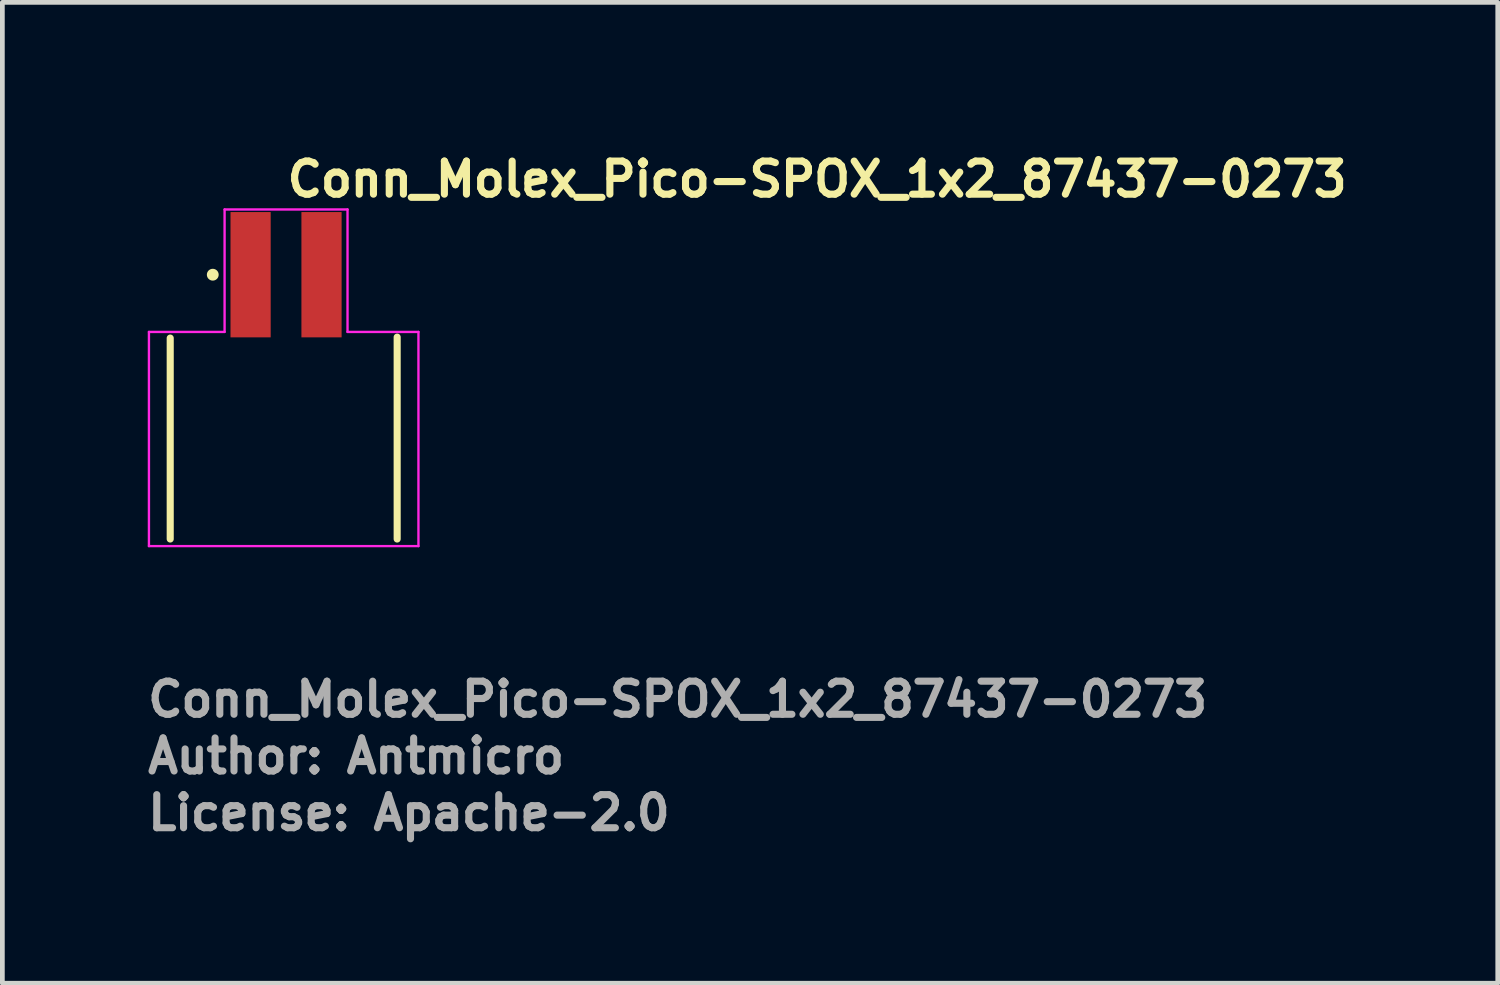
<source format=kicad_pcb>
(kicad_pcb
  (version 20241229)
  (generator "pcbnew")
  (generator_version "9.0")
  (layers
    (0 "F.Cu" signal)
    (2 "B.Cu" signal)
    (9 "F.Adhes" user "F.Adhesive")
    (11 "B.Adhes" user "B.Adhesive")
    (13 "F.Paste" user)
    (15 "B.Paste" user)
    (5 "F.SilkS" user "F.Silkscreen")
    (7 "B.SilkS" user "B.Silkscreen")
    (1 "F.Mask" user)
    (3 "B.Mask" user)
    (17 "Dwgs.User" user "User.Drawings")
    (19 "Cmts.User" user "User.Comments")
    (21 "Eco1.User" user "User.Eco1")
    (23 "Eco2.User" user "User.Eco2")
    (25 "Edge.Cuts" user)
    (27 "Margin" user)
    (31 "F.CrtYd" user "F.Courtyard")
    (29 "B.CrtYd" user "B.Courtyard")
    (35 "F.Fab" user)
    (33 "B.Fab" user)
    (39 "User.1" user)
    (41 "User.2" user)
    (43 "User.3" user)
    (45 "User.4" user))
  (footprint "Conn_Molex_Pico-SPOX_1x2_87437-0273"
    (layer "F.Cu")
    (at 2.95 5.85)
    (property "Reference" "Conn_Molex_Pico-SPOX_1x2_87437-0273" (at 0 -4.7 0) (layer "F.SilkS") (effects (font (size 0.7 0.7) (thickness 0.15)) (justify left bottom)))
    (attr smd)
    (fp_line (start -2.4 2.5) (end -2.4 -1.75) (stroke (width 0.15) (type solid)) (layer "F.SilkS"))
    (fp_line (start 2.4 2.5) (end 2.4 -1.77) (stroke (width 0.15) (type solid)) (layer "F.SilkS"))
    (fp_circle (center -1.5 -3.09) (end -1.5 -3.14) (stroke (width 0.15) (type solid)) (fill yes) (layer "F.SilkS"))
    (fp_line (start -2.85 -1.88) (end -2.85 2.65) (stroke (width 0.05) (type solid)) (layer "F.CrtYd"))
    (fp_line (start -2.85 2.65) (end 2.85 2.65) (stroke (width 0.05) (type solid)) (layer "F.CrtYd"))
    (fp_line (start -1.25 -4.47) (end -1.25 -1.88) (stroke (width 0.05) (type solid)) (layer "F.CrtYd"))
    (fp_line (start -1.25 -1.88) (end -2.85 -1.88) (stroke (width 0.05) (type solid)) (layer "F.CrtYd"))
    (fp_line (start 1.35 -4.47) (end -1.25 -4.47) (stroke (width 0.05) (type solid)) (layer "F.CrtYd"))
    (fp_line (start 1.35 -1.88) (end 1.35 -4.47) (stroke (width 0.05) (type solid)) (layer "F.CrtYd"))
    (fp_line (start 2.85 -1.88) (end 1.35 -1.88) (stroke (width 0.05) (type solid)) (layer "F.CrtYd"))
    (fp_line (start 2.85 2.65) (end 2.85 -1.88) (stroke (width 0.05) (type solid)) (layer "F.CrtYd"))
    (fp_rect (start -2.75 2.55) (end 2.75 -3.215) (stroke (width 0.1) (type solid)) (fill no) (layer "User.5"))
    (fp_line (start -2.75 2.55) (end -2.75 -1.785) (stroke (width 0.02) (type solid)) (layer "User.9"))
    (fp_line (start -0.95 -1.965) (end -0.95 -3.215) (stroke (width 0.02) (type solid)) (layer "User.9"))
    (fp_line (start -0.95 -1.785) (end -0.95 -1.965) (stroke (width 0.02) (type solid)) (layer "User.9"))
    (fp_line (start -0.55 -3.215) (end -0.95 -3.215) (stroke (width 0.02) (type solid)) (layer "User.9"))
    (fp_line (start -0.55 -1.965) (end -0.55 -3.215) (stroke (width 0.02) (type solid)) (layer "User.9"))
    (fp_line (start -0.55 -1.785) (end -0.55 -1.965) (stroke (width 0.02) (type solid)) (layer "User.9"))
    (fp_line (start 0.55 -1.965) (end 0.55 -3.215) (stroke (width 0.02) (type solid)) (layer "User.9"))
    (fp_line (start 0.55 -1.785) (end 0.55 -1.965) (stroke (width 0.02) (type solid)) (layer "User.9"))
    (fp_line (start 0.95 -3.215) (end 0.55 -3.215) (stroke (width 0.02) (type solid)) (layer "User.9"))
    (fp_line (start 0.95 -1.965) (end 0.95 -3.215) (stroke (width 0.02) (type solid)) (layer "User.9"))
    (fp_line (start 0.95 -1.785) (end 0.95 -1.965) (stroke (width 0.02) (type solid)) (layer "User.9"))
    (fp_line (start 2.75 -1.785) (end -2.75 -1.785) (stroke (width 0.02) (type solid)) (layer "User.9"))
    (fp_line (start 2.75 2.55) (end -2.75 2.55) (stroke (width 0.02) (type solid)) (layer "User.9"))
    (fp_line (start 2.75 2.55) (end 2.75 -1.785) (stroke (width 0.02) (type solid)) (layer "User.9"))
    (fp_text user "License: Apache-2.0" (at -2.95 8.7 0) (layer "F.Fab") (effects (font (size 0.7 0.7) (thickness 0.15)) (justify left bottom)))
    (fp_text user "Author: Antmicro" (at -2.95 7.5 0) (layer "F.Fab") (effects (font (size 0.7 0.7) (thickness 0.15)) (justify left bottom)))
    (fp_text user "${REFERENCE}" (at -2.95 6.3 0) (layer "F.Fab") (effects (font (size 0.7 0.7) (thickness 0.15)) (justify left bottom)))
    (pad "1" smd rect (at -0.7 -3.09 180) (size 0.85 2.65) (layers "F.Cu" "F.Mask" "F.Paste"))
    (pad "2" smd rect (at 0.8 -3.09 180) (size 0.85 2.65) (layers "F.Cu" "F.Mask" "F.Paste")))
  (gr_rect
    (start -3 -3)
    (end 28.627 17.745)
    (stroke (width 0.1) (type default))
    (fill no)
    (layer "Edge.Cuts")))
</source>
